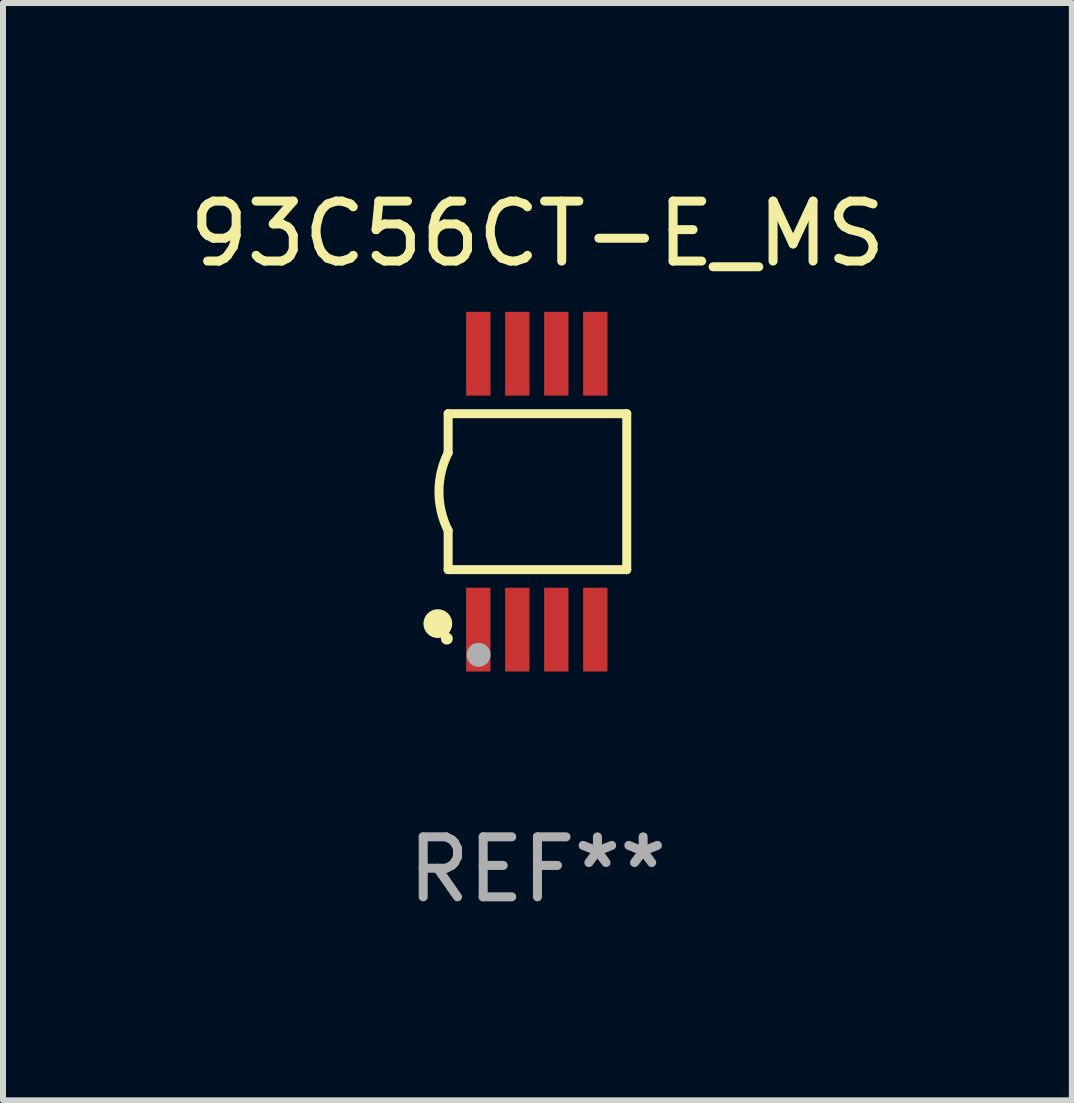
<source format=kicad_pcb>
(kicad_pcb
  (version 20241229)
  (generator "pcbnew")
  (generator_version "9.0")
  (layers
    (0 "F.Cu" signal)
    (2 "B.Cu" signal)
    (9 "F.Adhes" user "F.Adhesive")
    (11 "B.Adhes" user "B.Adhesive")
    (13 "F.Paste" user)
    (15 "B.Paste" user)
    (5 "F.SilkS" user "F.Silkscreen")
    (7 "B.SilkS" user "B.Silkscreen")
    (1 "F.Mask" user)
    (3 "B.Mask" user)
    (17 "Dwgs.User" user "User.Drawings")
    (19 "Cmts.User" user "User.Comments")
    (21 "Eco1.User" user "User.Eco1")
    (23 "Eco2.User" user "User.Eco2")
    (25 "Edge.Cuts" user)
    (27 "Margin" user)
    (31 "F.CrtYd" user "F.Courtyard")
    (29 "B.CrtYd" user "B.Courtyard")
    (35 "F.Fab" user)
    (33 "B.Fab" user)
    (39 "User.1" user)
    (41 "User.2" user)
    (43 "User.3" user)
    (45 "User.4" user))
  (footprint "93C56CT-E_MS"
    (layer "F.Cu")
    (at 5.911 5.148)
    (property "Reference" "93C56CT-E_MS" (at 0 -4.3 0) (layer "F.SilkS") (effects (font (size 1 1) (thickness 0.15))))
    (attr through_hole)
    (fp_line (start -1.489 -1.3) (end -1.489 -0.648) (stroke (width 0.15) (type solid)) (layer "F.SilkS"))
    (fp_line (start -1.489 0.648) (end -1.489 1.3) (stroke (width 0.15) (type solid)) (layer "F.SilkS"))
    (fp_line (start -1.489 1.3) (end 1.489 1.3) (stroke (width 0.15) (type solid)) (layer "F.SilkS"))
    (fp_line (start 1.489 -1.3) (end -1.489 -1.3) (stroke (width 0.15) (type solid)) (layer "F.SilkS"))
    (fp_line (start 1.489 1.3) (end 1.489 -1.3) (stroke (width 0.15) (type solid)) (layer "F.SilkS"))
    (fp_arc (start -1.489205 0.647702) (mid -1.642107 0) (end -1.489205 -0.647701) (stroke (width 0.150013) (type solid)) (layer "F.SilkS"))
    (fp_circle (center -1.661 2.2) (end -1.541 2.2) (stroke (width 0.24) (type solid)) (fill no) (layer "F.SilkS"))
    (fp_circle (center -1.511 2.45) (end -1.461 2.45) (stroke (width 0.1) (type solid)) (fill no) (layer "F.SilkS"))
    (fp_circle (center -0.981 2.72) (end -0.881 2.72) (stroke (width 0.2) (type solid)) (fill no) (layer "F.Fab"))
    (fp_text user "REF**" (at 0 6.3 0) (layer "F.Fab") (effects (font (size 1 1) (thickness 0.15))))
    (pad "1" smd rect (at -0.986 2.3) (size 0.406 1.397) (layers "F.Cu" "F.Mask" "F.Paste"))
    (pad "2" smd rect (at -0.336 2.3) (size 0.406 1.397) (layers "F.Cu" "F.Mask" "F.Paste"))
    (pad "3" smd rect (at 0.314 2.3) (size 0.406 1.397) (layers "F.Cu" "F.Mask" "F.Paste"))
    (pad "4" smd rect (at 0.964 2.3) (size 0.406 1.397) (layers "F.Cu" "F.Mask" "F.Paste"))
    (pad "5" smd rect (at 0.964 -2.3) (size 0.406 1.397) (layers "F.Cu" "F.Mask" "F.Paste"))
    (pad "6" smd rect (at 0.314 -2.3) (size 0.406 1.397) (layers "F.Cu" "F.Mask" "F.Paste"))
    (pad "7" smd rect (at -0.336 -2.3) (size 0.406 1.397) (layers "F.Cu" "F.Mask" "F.Paste"))
    (pad "8" smd rect (at -0.986 -2.3) (size 0.406 1.397) (layers "F.Cu" "F.Mask" "F.Paste")))
  (gr_rect
    (start -3 -3)
    (end 14.821 15.296)
    (stroke (width 0.1) (type default))
    (fill no)
    (layer "Edge.Cuts")))
</source>
